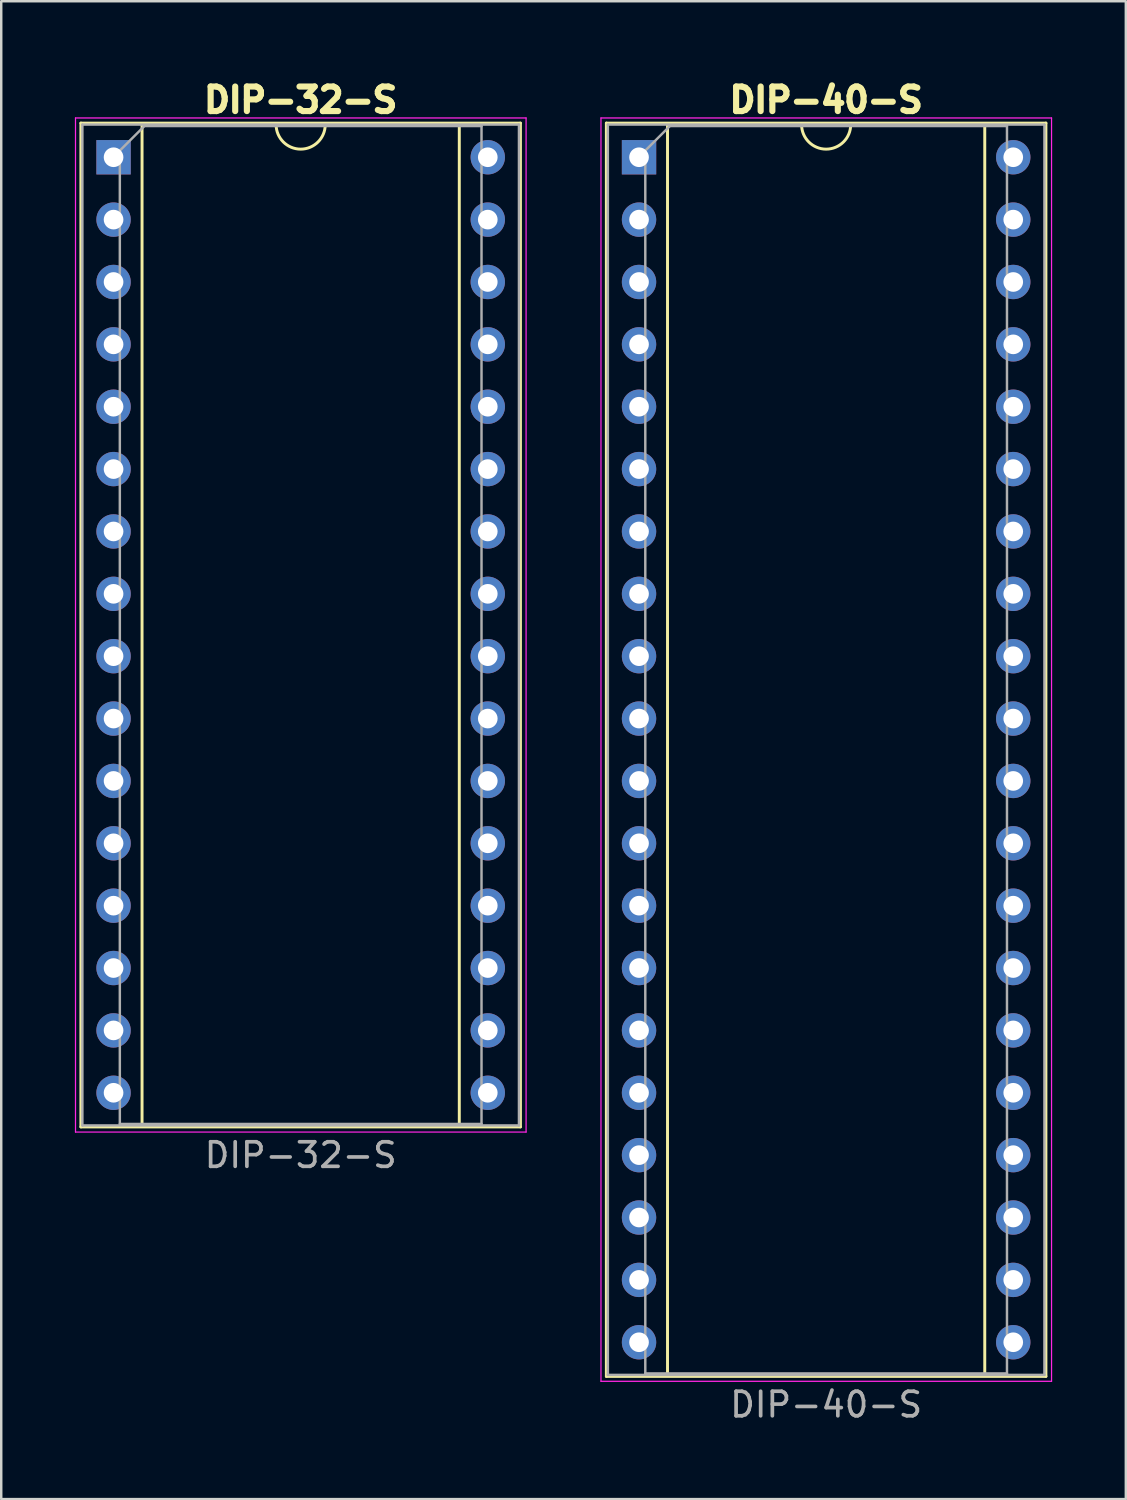
<source format=kicad_pcb>
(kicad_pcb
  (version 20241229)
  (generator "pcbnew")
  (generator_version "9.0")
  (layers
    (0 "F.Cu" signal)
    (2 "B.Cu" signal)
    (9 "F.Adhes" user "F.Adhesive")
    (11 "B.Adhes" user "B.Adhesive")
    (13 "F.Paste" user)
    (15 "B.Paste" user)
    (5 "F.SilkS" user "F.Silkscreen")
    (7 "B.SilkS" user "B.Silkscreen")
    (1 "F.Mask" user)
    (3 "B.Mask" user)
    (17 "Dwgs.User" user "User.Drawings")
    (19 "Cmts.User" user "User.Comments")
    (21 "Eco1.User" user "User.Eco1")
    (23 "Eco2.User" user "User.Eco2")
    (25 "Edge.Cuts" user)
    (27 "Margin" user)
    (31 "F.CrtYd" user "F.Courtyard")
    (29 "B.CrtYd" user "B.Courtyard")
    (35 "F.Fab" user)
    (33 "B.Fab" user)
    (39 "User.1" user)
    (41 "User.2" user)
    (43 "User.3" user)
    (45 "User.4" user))
  (footprint "DIP-32-S"
    (layer "F.Cu")
    (at 1.575 3.354)
    (property "Reference" "DIP-32-S" (at 7.62 -2.33 0) (layer "F.SilkS") (effects (font (size 1 1) (thickness 0.25))))
    (attr through_hole)
    (fp_line (start -1.33 -1.39) (end -1.33 39.49) (stroke (width 0.12) (type solid)) (layer "F.SilkS"))
    (fp_line (start -1.33 39.49) (end 16.57 39.49) (stroke (width 0.12) (type solid)) (layer "F.SilkS"))
    (fp_line (start 1.16 -1.33) (end 1.16 39.43) (stroke (width 0.12) (type solid)) (layer "F.SilkS"))
    (fp_line (start 1.16 39.43) (end 14.08 39.43) (stroke (width 0.12) (type solid)) (layer "F.SilkS"))
    (fp_line (start 6.62 -1.33) (end 1.16 -1.33) (stroke (width 0.12) (type solid)) (layer "F.SilkS"))
    (fp_line (start 14.08 -1.33) (end 8.62 -1.33) (stroke (width 0.12) (type solid)) (layer "F.SilkS"))
    (fp_line (start 14.08 39.43) (end 14.08 -1.33) (stroke (width 0.12) (type solid)) (layer "F.SilkS"))
    (fp_line (start 16.57 -1.39) (end -1.33 -1.39) (stroke (width 0.12) (type solid)) (layer "F.SilkS"))
    (fp_line (start 16.57 39.49) (end 16.57 -1.39) (stroke (width 0.12) (type solid)) (layer "F.SilkS"))
    (fp_arc (start 8.62 -1.33) (mid 7.62 -0.33) (end 6.62 -1.33) (stroke (width 0.12) (type solid)) (layer "F.SilkS"))
    (fp_line (start -1.55 -1.6) (end -1.55 39.7) (stroke (width 0.05) (type solid)) (layer "F.CrtYd"))
    (fp_line (start -1.55 39.7) (end 16.8 39.7) (stroke (width 0.05) (type solid)) (layer "F.CrtYd"))
    (fp_line (start 16.8 -1.6) (end -1.55 -1.6) (stroke (width 0.05) (type solid)) (layer "F.CrtYd"))
    (fp_line (start 16.8 39.7) (end 16.8 -1.6) (stroke (width 0.05) (type solid)) (layer "F.CrtYd"))
    (fp_line (start -1.27 -1.33) (end -1.27 39.43) (stroke (width 0.1) (type solid)) (layer "F.Fab"))
    (fp_line (start -1.27 39.43) (end 16.51 39.43) (stroke (width 0.1) (type solid)) (layer "F.Fab"))
    (fp_line (start 0.255 -0.27) (end 1.255 -1.27) (stroke (width 0.1) (type solid)) (layer "F.Fab"))
    (fp_line (start 0.255 39.37) (end 0.255 -0.27) (stroke (width 0.1) (type solid)) (layer "F.Fab"))
    (fp_line (start 1.255 -1.27) (end 14.985 -1.27) (stroke (width 0.1) (type solid)) (layer "F.Fab"))
    (fp_line (start 14.985 -1.27) (end 14.985 39.37) (stroke (width 0.1) (type solid)) (layer "F.Fab"))
    (fp_line (start 14.985 39.37) (end 0.255 39.37) (stroke (width 0.1) (type solid)) (layer "F.Fab"))
    (fp_line (start 16.51 -1.33) (end -1.27 -1.33) (stroke (width 0.1) (type solid)) (layer "F.Fab"))
    (fp_line (start 16.51 39.43) (end 16.51 -1.33) (stroke (width 0.1) (type solid)) (layer "F.Fab"))
    (fp_text user "${REFERENCE}" (at 7.62 40.64 0) (layer "F.Fab") (effects (font (size 1 1) (thickness 0.15))))
    (pad "1" thru_hole rect (at 0 0) (size 1.4 1.4) (drill 0.8) (layers "*.Cu" "*.Mask"))
    (pad "2" thru_hole circle (at 0 2.54) (size 1.4 1.4) (drill 0.8) (layers "*.Cu" "*.Mask"))
    (pad "3" thru_hole circle (at 0 5.08) (size 1.4 1.4) (drill 0.8) (layers "*.Cu" "*.Mask"))
    (pad "4" thru_hole circle (at 0 7.62) (size 1.4 1.4) (drill 0.8) (layers "*.Cu" "*.Mask"))
    (pad "5" thru_hole circle (at 0 10.16) (size 1.4 1.4) (drill 0.8) (layers "*.Cu" "*.Mask"))
    (pad "6" thru_hole circle (at 0 12.7) (size 1.4 1.4) (drill 0.8) (layers "*.Cu" "*.Mask"))
    (pad "7" thru_hole circle (at 0 15.24) (size 1.4 1.4) (drill 0.8) (layers "*.Cu" "*.Mask"))
    (pad "8" thru_hole circle (at 0 17.78) (size 1.4 1.4) (drill 0.8) (layers "*.Cu" "*.Mask"))
    (pad "9" thru_hole circle (at 0 20.32) (size 1.4 1.4) (drill 0.8) (layers "*.Cu" "*.Mask"))
    (pad "10" thru_hole circle (at 0 22.86) (size 1.4 1.4) (drill 0.8) (layers "*.Cu" "*.Mask"))
    (pad "11" thru_hole circle (at 0 25.4) (size 1.4 1.4) (drill 0.8) (layers "*.Cu" "*.Mask"))
    (pad "12" thru_hole circle (at 0 27.94) (size 1.4 1.4) (drill 0.8) (layers "*.Cu" "*.Mask"))
    (pad "13" thru_hole circle (at 0 30.48) (size 1.4 1.4) (drill 0.8) (layers "*.Cu" "*.Mask"))
    (pad "14" thru_hole circle (at 0 33.02) (size 1.4 1.4) (drill 0.8) (layers "*.Cu" "*.Mask"))
    (pad "15" thru_hole circle (at 0 35.56) (size 1.4 1.4) (drill 0.8) (layers "*.Cu" "*.Mask"))
    (pad "16" thru_hole circle (at 0 38.1) (size 1.4 1.4) (drill 0.8) (layers "*.Cu" "*.Mask"))
    (pad "17" thru_hole circle (at 15.24 38.1) (size 1.4 1.4) (drill 0.8) (layers "*.Cu" "*.Mask"))
    (pad "18" thru_hole circle (at 15.24 35.56) (size 1.4 1.4) (drill 0.8) (layers "*.Cu" "*.Mask"))
    (pad "19" thru_hole circle (at 15.24 33.02) (size 1.4 1.4) (drill 0.8) (layers "*.Cu" "*.Mask"))
    (pad "20" thru_hole circle (at 15.24 30.48) (size 1.4 1.4) (drill 0.8) (layers "*.Cu" "*.Mask"))
    (pad "21" thru_hole circle (at 15.24 27.94) (size 1.4 1.4) (drill 0.8) (layers "*.Cu" "*.Mask"))
    (pad "22" thru_hole circle (at 15.24 25.4) (size 1.4 1.4) (drill 0.8) (layers "*.Cu" "*.Mask"))
    (pad "23" thru_hole circle (at 15.24 22.86) (size 1.4 1.4) (drill 0.8) (layers "*.Cu" "*.Mask"))
    (pad "24" thru_hole circle (at 15.24 20.32) (size 1.4 1.4) (drill 0.8) (layers "*.Cu" "*.Mask"))
    (pad "25" thru_hole circle (at 15.24 17.78) (size 1.4 1.4) (drill 0.8) (layers "*.Cu" "*.Mask"))
    (pad "26" thru_hole circle (at 15.24 15.24) (size 1.4 1.4) (drill 0.8) (layers "*.Cu" "*.Mask"))
    (pad "27" thru_hole circle (at 15.24 12.7) (size 1.4 1.4) (drill 0.8) (layers "*.Cu" "*.Mask"))
    (pad "28" thru_hole circle (at 15.24 10.16) (size 1.4 1.4) (drill 0.8) (layers "*.Cu" "*.Mask"))
    (pad "29" thru_hole circle (at 15.24 7.62) (size 1.4 1.4) (drill 0.8) (layers "*.Cu" "*.Mask"))
    (pad "30" thru_hole circle (at 15.24 5.08) (size 1.4 1.4) (drill 0.8) (layers "*.Cu" "*.Mask"))
    (pad "31" thru_hole circle (at 15.24 2.54) (size 1.4 1.4) (drill 0.8) (layers "*.Cu" "*.Mask"))
    (pad "32" thru_hole circle (at 15.24 0) (size 1.4 1.4) (drill 0.8) (layers "*.Cu" "*.Mask")))
  (footprint "DIP-40-S"
    (layer "F.Cu")
    (at 22.975 3.354)
    (property "Reference" "DIP-40-S" (at 7.62 -2.33 0) (layer "F.SilkS") (effects (font (size 1 1) (thickness 0.25))))
    (attr through_hole)
    (fp_line (start -1.33 -1.39) (end -1.33 49.65) (stroke (width 0.12) (type solid)) (layer "F.SilkS"))
    (fp_line (start -1.33 49.65) (end 16.57 49.65) (stroke (width 0.12) (type solid)) (layer "F.SilkS"))
    (fp_line (start 1.16 -1.33) (end 1.16 49.59) (stroke (width 0.12) (type solid)) (layer "F.SilkS"))
    (fp_line (start 1.16 49.59) (end 14.08 49.59) (stroke (width 0.12) (type solid)) (layer "F.SilkS"))
    (fp_line (start 6.62 -1.33) (end 1.16 -1.33) (stroke (width 0.12) (type solid)) (layer "F.SilkS"))
    (fp_line (start 14.08 -1.33) (end 8.62 -1.33) (stroke (width 0.12) (type solid)) (layer "F.SilkS"))
    (fp_line (start 14.08 49.59) (end 14.08 -1.33) (stroke (width 0.12) (type solid)) (layer "F.SilkS"))
    (fp_line (start 16.57 -1.39) (end -1.33 -1.39) (stroke (width 0.12) (type solid)) (layer "F.SilkS"))
    (fp_line (start 16.57 49.65) (end 16.57 -1.39) (stroke (width 0.12) (type solid)) (layer "F.SilkS"))
    (fp_arc (start 8.62 -1.33) (mid 7.62 -0.33) (end 6.62 -1.33) (stroke (width 0.12) (type solid)) (layer "F.SilkS"))
    (fp_line (start -1.55 -1.6) (end -1.55 49.85) (stroke (width 0.05) (type solid)) (layer "F.CrtYd"))
    (fp_line (start -1.55 49.85) (end 16.8 49.85) (stroke (width 0.05) (type solid)) (layer "F.CrtYd"))
    (fp_line (start 16.8 -1.6) (end -1.55 -1.6) (stroke (width 0.05) (type solid)) (layer "F.CrtYd"))
    (fp_line (start 16.8 49.85) (end 16.8 -1.6) (stroke (width 0.05) (type solid)) (layer "F.CrtYd"))
    (fp_line (start -1.27 -1.33) (end -1.27 49.59) (stroke (width 0.1) (type solid)) (layer "F.Fab"))
    (fp_line (start -1.27 49.59) (end 16.51 49.59) (stroke (width 0.1) (type solid)) (layer "F.Fab"))
    (fp_line (start 0.255 -0.27) (end 1.255 -1.27) (stroke (width 0.1) (type solid)) (layer "F.Fab"))
    (fp_line (start 0.255 49.53) (end 0.255 -0.27) (stroke (width 0.1) (type solid)) (layer "F.Fab"))
    (fp_line (start 1.255 -1.27) (end 14.985 -1.27) (stroke (width 0.1) (type solid)) (layer "F.Fab"))
    (fp_line (start 14.985 -1.27) (end 14.985 49.53) (stroke (width 0.1) (type solid)) (layer "F.Fab"))
    (fp_line (start 14.985 49.53) (end 0.255 49.53) (stroke (width 0.1) (type solid)) (layer "F.Fab"))
    (fp_line (start 16.51 -1.33) (end -1.27 -1.33) (stroke (width 0.1) (type solid)) (layer "F.Fab"))
    (fp_line (start 16.51 49.59) (end 16.51 -1.33) (stroke (width 0.1) (type solid)) (layer "F.Fab"))
    (fp_text user "${REFERENCE}" (at 7.62 50.8 0) (layer "F.Fab") (effects (font (size 1 1) (thickness 0.15))))
    (pad "1" thru_hole rect (at 0 0) (size 1.4 1.4) (drill 0.8) (layers "*.Cu" "*.Mask"))
    (pad "2" thru_hole circle (at 0 2.54) (size 1.4 1.4) (drill 0.8) (layers "*.Cu" "*.Mask"))
    (pad "3" thru_hole circle (at 0 5.08) (size 1.4 1.4) (drill 0.8) (layers "*.Cu" "*.Mask"))
    (pad "4" thru_hole circle (at 0 7.62) (size 1.4 1.4) (drill 0.8) (layers "*.Cu" "*.Mask"))
    (pad "5" thru_hole circle (at 0 10.16) (size 1.4 1.4) (drill 0.8) (layers "*.Cu" "*.Mask"))
    (pad "6" thru_hole circle (at 0 12.7) (size 1.4 1.4) (drill 0.8) (layers "*.Cu" "*.Mask"))
    (pad "7" thru_hole circle (at 0 15.24) (size 1.4 1.4) (drill 0.8) (layers "*.Cu" "*.Mask"))
    (pad "8" thru_hole circle (at 0 17.78) (size 1.4 1.4) (drill 0.8) (layers "*.Cu" "*.Mask"))
    (pad "9" thru_hole circle (at 0 20.32) (size 1.4 1.4) (drill 0.8) (layers "*.Cu" "*.Mask"))
    (pad "10" thru_hole circle (at 0 22.86) (size 1.4 1.4) (drill 0.8) (layers "*.Cu" "*.Mask"))
    (pad "11" thru_hole circle (at 0 25.4) (size 1.4 1.4) (drill 0.8) (layers "*.Cu" "*.Mask"))
    (pad "12" thru_hole circle (at 0 27.94) (size 1.4 1.4) (drill 0.8) (layers "*.Cu" "*.Mask"))
    (pad "13" thru_hole circle (at 0 30.48) (size 1.4 1.4) (drill 0.8) (layers "*.Cu" "*.Mask"))
    (pad "14" thru_hole circle (at 0 33.02) (size 1.4 1.4) (drill 0.8) (layers "*.Cu" "*.Mask"))
    (pad "15" thru_hole circle (at 0 35.56) (size 1.4 1.4) (drill 0.8) (layers "*.Cu" "*.Mask"))
    (pad "16" thru_hole circle (at 0 38.1) (size 1.4 1.4) (drill 0.8) (layers "*.Cu" "*.Mask"))
    (pad "17" thru_hole circle (at 0 40.64) (size 1.4 1.4) (drill 0.8) (layers "*.Cu" "*.Mask"))
    (pad "18" thru_hole circle (at 0 43.18) (size 1.4 1.4) (drill 0.8) (layers "*.Cu" "*.Mask"))
    (pad "19" thru_hole circle (at 0 45.72) (size 1.4 1.4) (drill 0.8) (layers "*.Cu" "*.Mask"))
    (pad "20" thru_hole circle (at 0 48.26) (size 1.4 1.4) (drill 0.8) (layers "*.Cu" "*.Mask"))
    (pad "21" thru_hole circle (at 15.24 48.26) (size 1.4 1.4) (drill 0.8) (layers "*.Cu" "*.Mask"))
    (pad "22" thru_hole circle (at 15.24 45.72) (size 1.4 1.4) (drill 0.8) (layers "*.Cu" "*.Mask"))
    (pad "23" thru_hole circle (at 15.24 43.18) (size 1.4 1.4) (drill 0.8) (layers "*.Cu" "*.Mask"))
    (pad "24" thru_hole circle (at 15.24 40.64) (size 1.4 1.4) (drill 0.8) (layers "*.Cu" "*.Mask"))
    (pad "25" thru_hole circle (at 15.24 38.1) (size 1.4 1.4) (drill 0.8) (layers "*.Cu" "*.Mask"))
    (pad "26" thru_hole circle (at 15.24 35.56) (size 1.4 1.4) (drill 0.8) (layers "*.Cu" "*.Mask"))
    (pad "27" thru_hole circle (at 15.24 33.02) (size 1.4 1.4) (drill 0.8) (layers "*.Cu" "*.Mask"))
    (pad "28" thru_hole circle (at 15.24 30.48) (size 1.4 1.4) (drill 0.8) (layers "*.Cu" "*.Mask"))
    (pad "29" thru_hole circle (at 15.24 27.94) (size 1.4 1.4) (drill 0.8) (layers "*.Cu" "*.Mask"))
    (pad "30" thru_hole circle (at 15.24 25.4) (size 1.4 1.4) (drill 0.8) (layers "*.Cu" "*.Mask"))
    (pad "31" thru_hole circle (at 15.24 22.86) (size 1.4 1.4) (drill 0.8) (layers "*.Cu" "*.Mask"))
    (pad "32" thru_hole circle (at 15.24 20.32) (size 1.4 1.4) (drill 0.8) (layers "*.Cu" "*.Mask"))
    (pad "33" thru_hole circle (at 15.24 17.78) (size 1.4 1.4) (drill 0.8) (layers "*.Cu" "*.Mask"))
    (pad "34" thru_hole circle (at 15.24 15.24) (size 1.4 1.4) (drill 0.8) (layers "*.Cu" "*.Mask"))
    (pad "35" thru_hole circle (at 15.24 12.7) (size 1.4 1.4) (drill 0.8) (layers "*.Cu" "*.Mask"))
    (pad "36" thru_hole circle (at 15.24 10.16) (size 1.4 1.4) (drill 0.8) (layers "*.Cu" "*.Mask"))
    (pad "37" thru_hole circle (at 15.24 7.62) (size 1.4 1.4) (drill 0.8) (layers "*.Cu" "*.Mask"))
    (pad "38" thru_hole circle (at 15.24 5.08) (size 1.4 1.4) (drill 0.8) (layers "*.Cu" "*.Mask"))
    (pad "39" thru_hole circle (at 15.24 2.54) (size 1.4 1.4) (drill 0.8) (layers "*.Cu" "*.Mask"))
    (pad "40" thru_hole circle (at 15.24 0) (size 1.4 1.4) (drill 0.8) (layers "*.Cu" "*.Mask")))
  (gr_rect
    (start -3 -3)
    (end 42.8 58.002)
    (stroke (width 0.1) (type default))
    (fill no)
    (layer "Edge.Cuts")))
</source>
